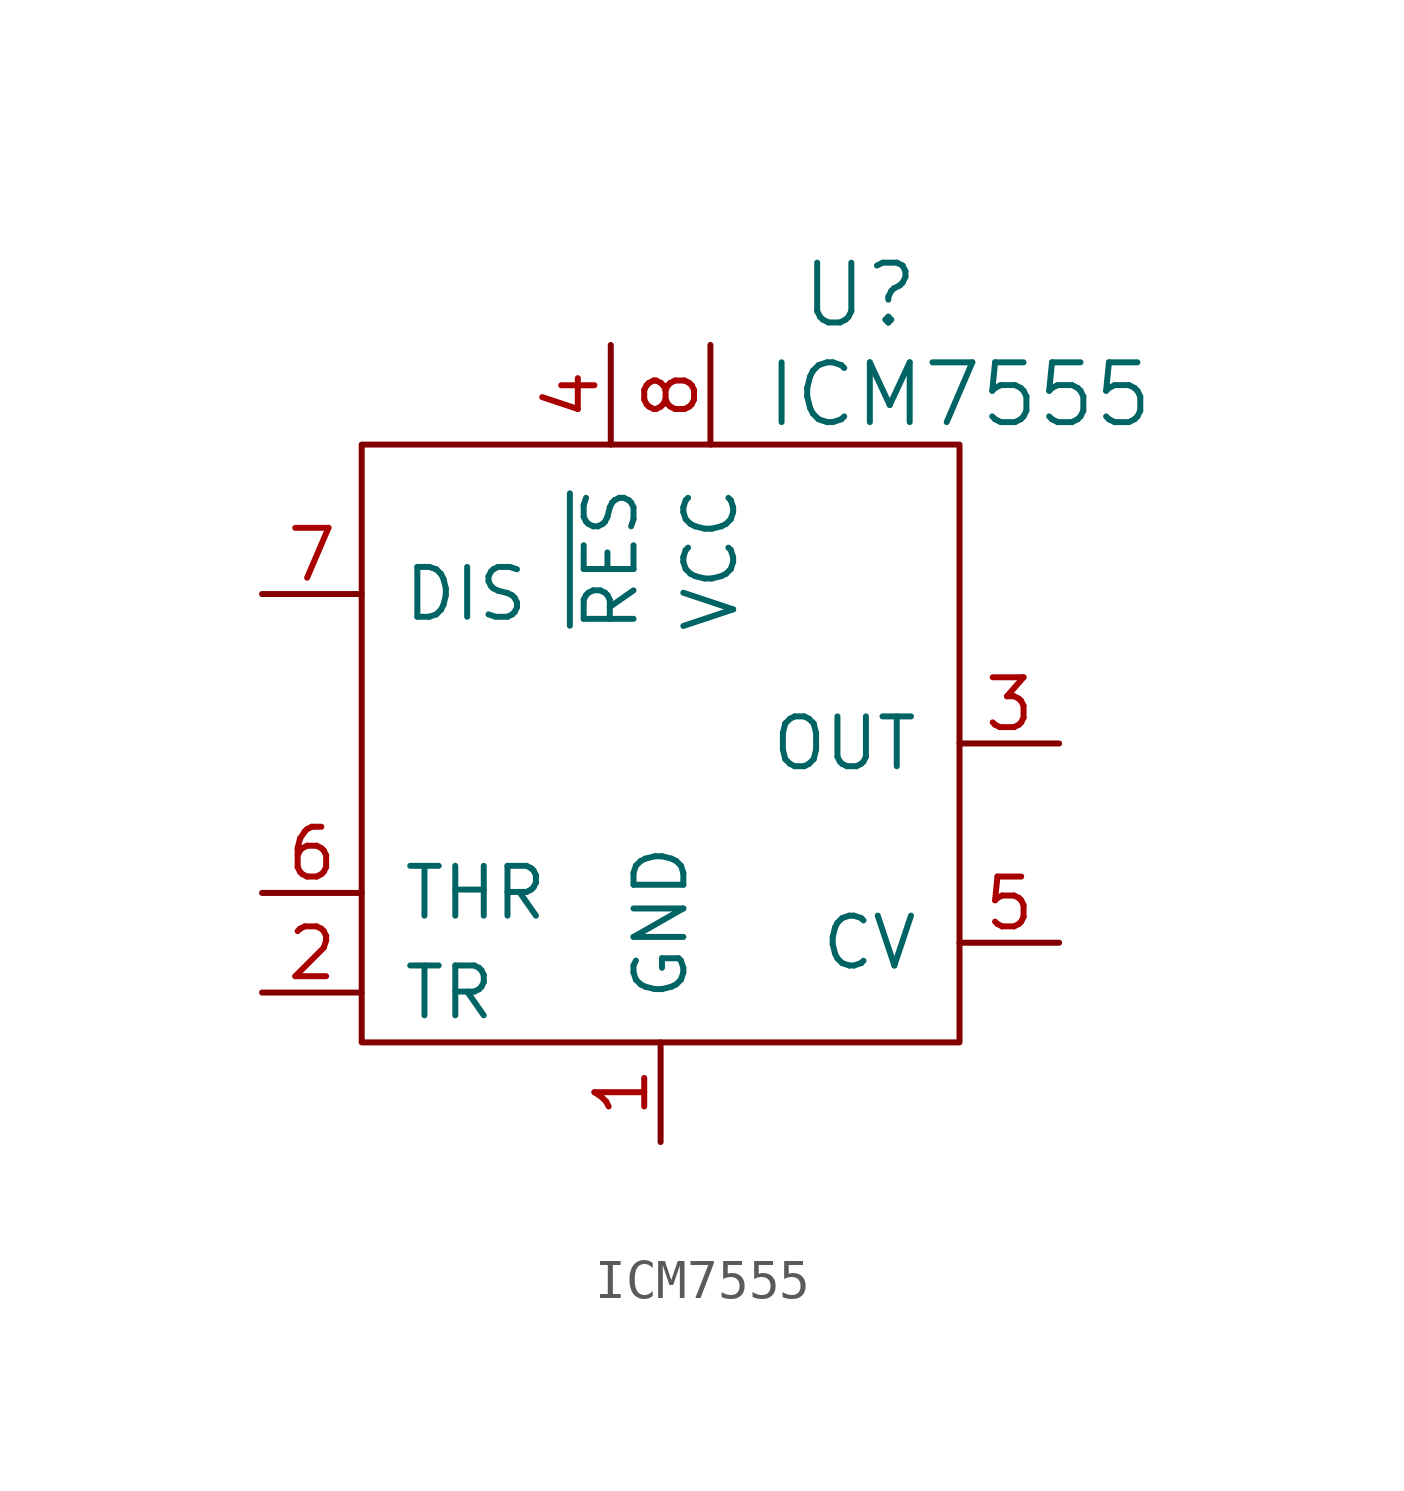
<source format=kicad_sym>
(kicad_symbol_lib
  (version 20220914)
  (generator kicad_symbol_editor)
  (symbol "ICM7555"
    (pin_names
      (offset 1.016))
    (property "Reference" "U"
      (at 5.08 11.43 0)
      (effects (font (size 1.524 1.524))))
    (property "Value" "ICM7555"
      (at 7.62 8.89 0)
      (effects (font (size 1.524 1.524))))
    (property "Footprint" ""
      (at 0 0 0)
      (effects (font (size 1.524 1.524))))
    (property "Datasheet" ""
      (at 0 0 0)
      (effects (font (size 1.524 1.524))))
    (symbol "ICM7555_0_1"
      (rectangle (start -7.62 7.62) (end 7.62 -7.62) (stroke (width 0) (type solid)) (fill (type none))))
    (symbol "ICM7555_1_1"
      (pin passive line (at 0 -10.16 90) (length 2.54) (name "GND" (effects (font (size 1.27 1.27)))) (number "1" (effects (font (size 1.27 1.27)))))
      (pin passive line (at -10.16 -6.35 0) (length 2.54) (name "TR" (effects (font (size 1.27 1.27)))) (number "2" (effects (font (size 1.27 1.27)))))
      (pin passive line (at 10.16 0 180) (length 2.54) (name "OUT" (effects (font (size 1.27 1.27)))) (number "3" (effects (font (size 1.27 1.27)))))
      (pin passive line (at -1.27 10.16 270) (length 2.54) (name "~{RES}" (effects (font (size 1.27 1.27)))) (number "4" (effects (font (size 1.27 1.27)))))
      (pin passive line (at 10.16 -5.08 180) (length 2.54) (name "CV" (effects (font (size 1.27 1.27)))) (number "5" (effects (font (size 1.27 1.27)))))
      (pin passive line (at -10.16 -3.81 0) (length 2.54) (name "THR" (effects (font (size 1.27 1.27)))) (number "6" (effects (font (size 1.27 1.27)))))
      (pin passive line (at -10.16 3.81 0) (length 2.54) (name "DIS" (effects (font (size 1.27 1.27)))) (number "7" (effects (font (size 1.27 1.27)))))
      (pin passive line (at 1.27 10.16 270) (length 2.54) (name "VCC" (effects (font (size 1.27 1.27)))) (number "8" (effects (font (size 1.27 1.27))))))))
</source>
